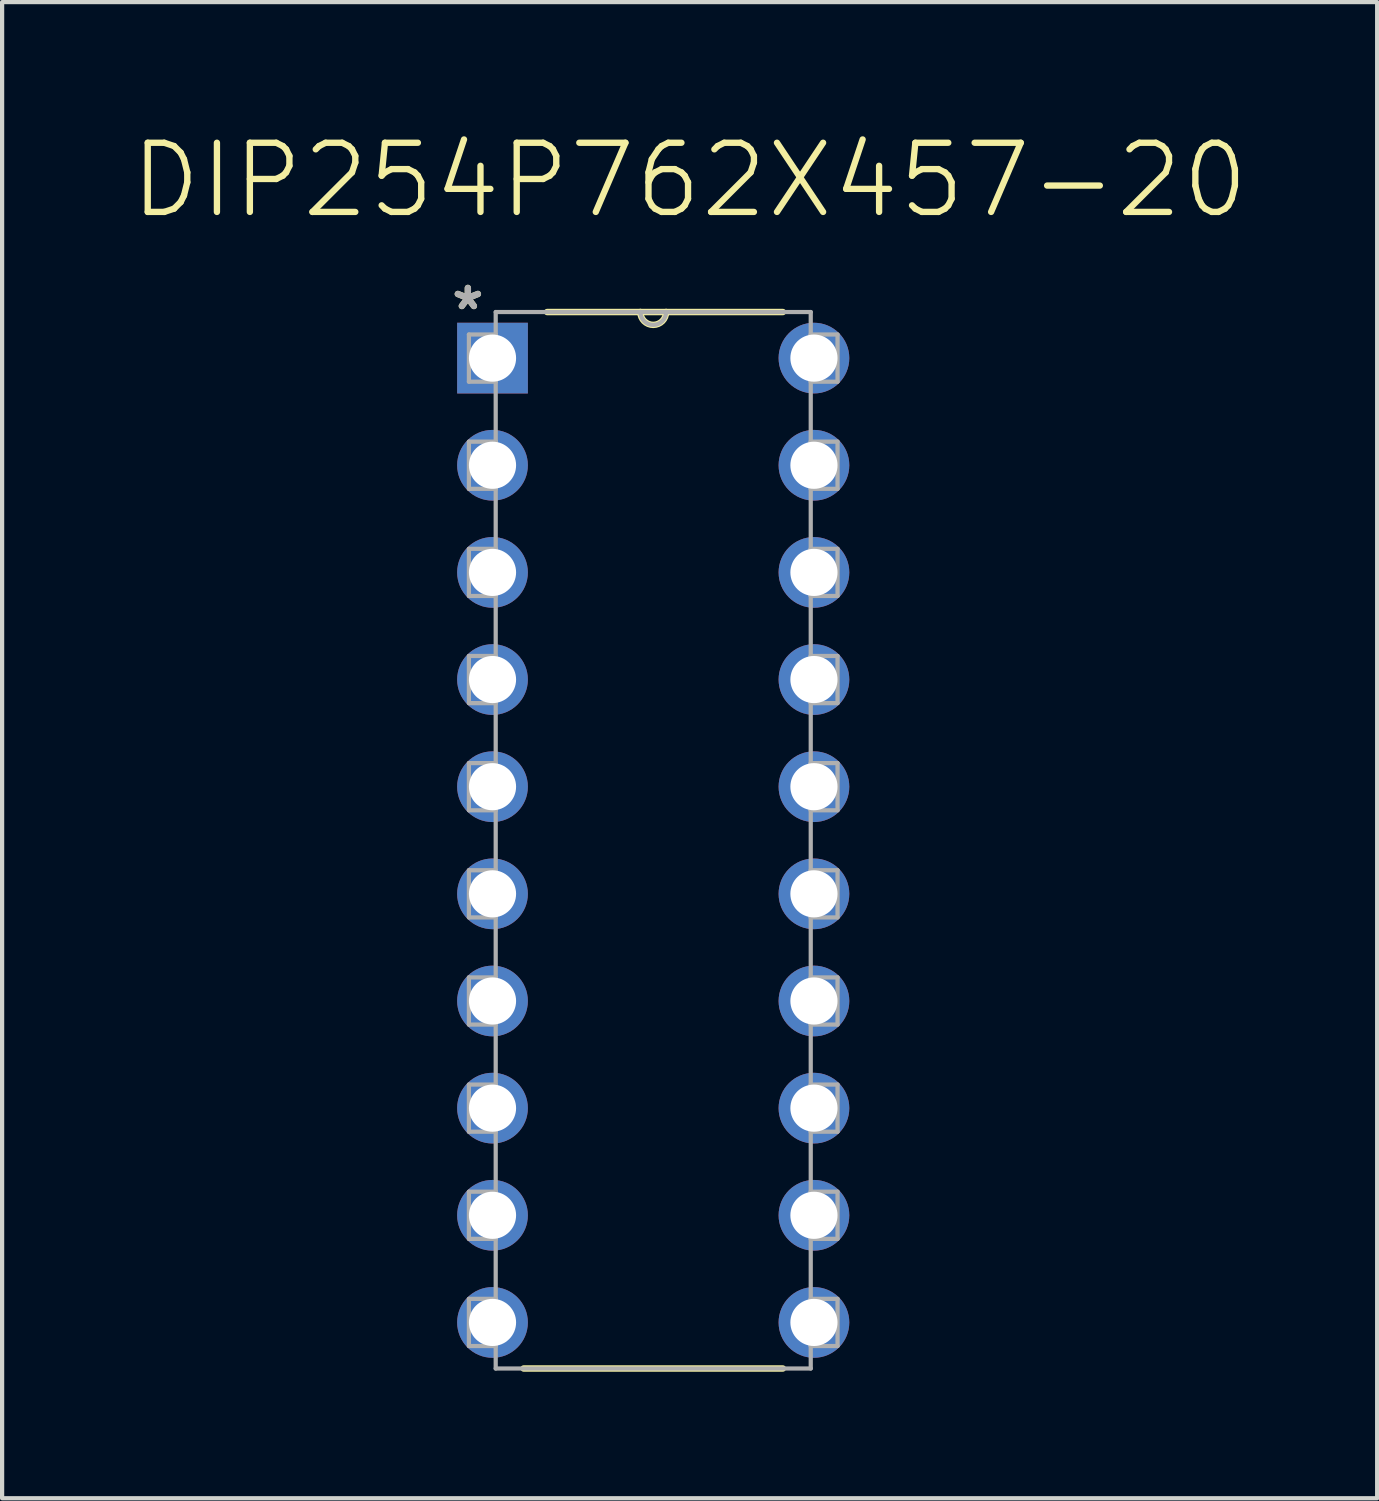
<source format=kicad_pcb>
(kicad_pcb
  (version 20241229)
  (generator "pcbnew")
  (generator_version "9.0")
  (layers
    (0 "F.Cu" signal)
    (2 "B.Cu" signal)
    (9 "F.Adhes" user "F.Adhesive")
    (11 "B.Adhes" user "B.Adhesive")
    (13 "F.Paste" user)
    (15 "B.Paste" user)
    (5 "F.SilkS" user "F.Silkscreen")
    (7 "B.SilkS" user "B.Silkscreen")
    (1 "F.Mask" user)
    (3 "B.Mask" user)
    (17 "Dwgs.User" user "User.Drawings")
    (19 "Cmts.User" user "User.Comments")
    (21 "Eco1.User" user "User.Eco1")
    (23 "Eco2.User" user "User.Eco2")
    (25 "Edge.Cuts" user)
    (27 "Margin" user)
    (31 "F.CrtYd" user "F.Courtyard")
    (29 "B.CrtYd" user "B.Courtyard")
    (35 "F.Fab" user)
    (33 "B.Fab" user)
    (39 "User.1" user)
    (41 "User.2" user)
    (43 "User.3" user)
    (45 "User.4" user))
  (footprint "DIP254P762X457-20"
    (layer "F.Cu")
    (at 16.245 28.299)
    (property "Reference" "DIP254P762X457-20" (at -2.946 -27.076 0) (layer "F.SilkS") (effects (font (size 1.64 1.64) (thickness 0.15))))
    (attr through_hole)
    (fp_line (start -6.883 1.092) (end -0.737 1.092) (stroke (width 0.152) (type solid)) (layer "F.SilkS"))
    (fp_line (start -4.115 -23.952) (end -6.325 -23.952) (stroke (width 0.152) (type solid)) (layer "F.SilkS"))
    (fp_line (start -3.505 -23.952) (end -4.115 -23.952) (stroke (width 0.152) (type solid)) (layer "F.SilkS"))
    (fp_line (start -0.737 -23.952) (end -3.505 -23.952) (stroke (width 0.152) (type solid)) (layer "F.SilkS"))
    (fp_arc (start -3.5052 -23.9522) (mid -3.81 -23.6474) (end -4.1148 -23.9522) (stroke (width 0.1524) (type solid)) (layer "F.SilkS"))
    (fp_line (start -8.179 -23.419) (end -8.179 -22.301) (stroke (width 0.1) (type solid)) (layer "F.Fab"))
    (fp_line (start -8.179 -22.301) (end -7.544 -22.301) (stroke (width 0.1) (type solid)) (layer "F.Fab"))
    (fp_line (start -8.179 -20.879) (end -8.179 -19.761) (stroke (width 0.1) (type solid)) (layer "F.Fab"))
    (fp_line (start -8.179 -19.761) (end -7.544 -19.761) (stroke (width 0.1) (type solid)) (layer "F.Fab"))
    (fp_line (start -8.179 -18.339) (end -8.179 -17.221) (stroke (width 0.1) (type solid)) (layer "F.Fab"))
    (fp_line (start -8.179 -17.221) (end -7.544 -17.221) (stroke (width 0.1) (type solid)) (layer "F.Fab"))
    (fp_line (start -8.179 -15.799) (end -8.179 -14.681) (stroke (width 0.1) (type solid)) (layer "F.Fab"))
    (fp_line (start -8.179 -14.681) (end -7.544 -14.681) (stroke (width 0.1) (type solid)) (layer "F.Fab"))
    (fp_line (start -8.179 -13.259) (end -8.179 -12.141) (stroke (width 0.1) (type solid)) (layer "F.Fab"))
    (fp_line (start -8.179 -12.141) (end -7.544 -12.141) (stroke (width 0.1) (type solid)) (layer "F.Fab"))
    (fp_line (start -8.179 -10.719) (end -8.179 -9.601) (stroke (width 0.1) (type solid)) (layer "F.Fab"))
    (fp_line (start -8.179 -9.601) (end -7.544 -9.601) (stroke (width 0.1) (type solid)) (layer "F.Fab"))
    (fp_line (start -8.179 -8.179) (end -8.179 -7.061) (stroke (width 0.1) (type solid)) (layer "F.Fab"))
    (fp_line (start -8.179 -7.061) (end -7.544 -7.061) (stroke (width 0.1) (type solid)) (layer "F.Fab"))
    (fp_line (start -8.179 -5.639) (end -8.179 -4.521) (stroke (width 0.1) (type solid)) (layer "F.Fab"))
    (fp_line (start -8.179 -4.521) (end -7.544 -4.521) (stroke (width 0.1) (type solid)) (layer "F.Fab"))
    (fp_line (start -8.179 -3.099) (end -8.179 -1.981) (stroke (width 0.1) (type solid)) (layer "F.Fab"))
    (fp_line (start -8.179 -1.981) (end -7.544 -1.981) (stroke (width 0.1) (type solid)) (layer "F.Fab"))
    (fp_line (start -8.179 -0.559) (end -8.179 0.559) (stroke (width 0.1) (type solid)) (layer "F.Fab"))
    (fp_line (start -8.179 0.559) (end -7.544 0.559) (stroke (width 0.1) (type solid)) (layer "F.Fab"))
    (fp_line (start -7.544 -23.952) (end -7.544 1.092) (stroke (width 0.1) (type solid)) (layer "F.Fab"))
    (fp_line (start -7.544 -23.419) (end -8.179 -23.419) (stroke (width 0.1) (type solid)) (layer "F.Fab"))
    (fp_line (start -7.544 -22.301) (end -7.544 -23.419) (stroke (width 0.1) (type solid)) (layer "F.Fab"))
    (fp_line (start -7.544 -20.879) (end -8.179 -20.879) (stroke (width 0.1) (type solid)) (layer "F.Fab"))
    (fp_line (start -7.544 -19.761) (end -7.544 -20.879) (stroke (width 0.1) (type solid)) (layer "F.Fab"))
    (fp_line (start -7.544 -18.339) (end -8.179 -18.339) (stroke (width 0.1) (type solid)) (layer "F.Fab"))
    (fp_line (start -7.544 -17.221) (end -7.544 -18.339) (stroke (width 0.1) (type solid)) (layer "F.Fab"))
    (fp_line (start -7.544 -15.799) (end -8.179 -15.799) (stroke (width 0.1) (type solid)) (layer "F.Fab"))
    (fp_line (start -7.544 -14.681) (end -7.544 -15.799) (stroke (width 0.1) (type solid)) (layer "F.Fab"))
    (fp_line (start -7.544 -13.259) (end -8.179 -13.259) (stroke (width 0.1) (type solid)) (layer "F.Fab"))
    (fp_line (start -7.544 -12.141) (end -7.544 -13.259) (stroke (width 0.1) (type solid)) (layer "F.Fab"))
    (fp_line (start -7.544 -10.719) (end -8.179 -10.719) (stroke (width 0.1) (type solid)) (layer "F.Fab"))
    (fp_line (start -7.544 -9.601) (end -7.544 -10.719) (stroke (width 0.1) (type solid)) (layer "F.Fab"))
    (fp_line (start -7.544 -8.179) (end -8.179 -8.179) (stroke (width 0.1) (type solid)) (layer "F.Fab"))
    (fp_line (start -7.544 -7.061) (end -7.544 -8.179) (stroke (width 0.1) (type solid)) (layer "F.Fab"))
    (fp_line (start -7.544 -5.639) (end -8.179 -5.639) (stroke (width 0.1) (type solid)) (layer "F.Fab"))
    (fp_line (start -7.544 -4.521) (end -7.544 -5.639) (stroke (width 0.1) (type solid)) (layer "F.Fab"))
    (fp_line (start -7.544 -3.099) (end -8.179 -3.099) (stroke (width 0.1) (type solid)) (layer "F.Fab"))
    (fp_line (start -7.544 -1.981) (end -7.544 -3.099) (stroke (width 0.1) (type solid)) (layer "F.Fab"))
    (fp_line (start -7.544 -0.559) (end -8.179 -0.559) (stroke (width 0.1) (type solid)) (layer "F.Fab"))
    (fp_line (start -7.544 0.559) (end -7.544 -0.559) (stroke (width 0.1) (type solid)) (layer "F.Fab"))
    (fp_line (start -7.544 1.092) (end -0.076 1.092) (stroke (width 0.1) (type solid)) (layer "F.Fab"))
    (fp_line (start -4.115 -23.952) (end -7.544 -23.952) (stroke (width 0.1) (type solid)) (layer "F.Fab"))
    (fp_line (start -3.505 -23.952) (end -4.115 -23.952) (stroke (width 0.1) (type solid)) (layer "F.Fab"))
    (fp_line (start -0.076 -23.952) (end -3.505 -23.952) (stroke (width 0.1) (type solid)) (layer "F.Fab"))
    (fp_line (start -0.076 -23.419) (end -0.076 -22.301) (stroke (width 0.1) (type solid)) (layer "F.Fab"))
    (fp_line (start -0.076 -22.301) (end 0.559 -22.301) (stroke (width 0.1) (type solid)) (layer "F.Fab"))
    (fp_line (start -0.076 -20.879) (end -0.076 -19.761) (stroke (width 0.1) (type solid)) (layer "F.Fab"))
    (fp_line (start -0.076 -19.761) (end 0.559 -19.761) (stroke (width 0.1) (type solid)) (layer "F.Fab"))
    (fp_line (start -0.076 -18.339) (end -0.076 -17.221) (stroke (width 0.1) (type solid)) (layer "F.Fab"))
    (fp_line (start -0.076 -17.221) (end 0.559 -17.221) (stroke (width 0.1) (type solid)) (layer "F.Fab"))
    (fp_line (start -0.076 -15.799) (end -0.076 -14.681) (stroke (width 0.1) (type solid)) (layer "F.Fab"))
    (fp_line (start -0.076 -14.681) (end 0.559 -14.681) (stroke (width 0.1) (type solid)) (layer "F.Fab"))
    (fp_line (start -0.076 -13.259) (end -0.076 -12.141) (stroke (width 0.1) (type solid)) (layer "F.Fab"))
    (fp_line (start -0.076 -12.141) (end 0.559 -12.141) (stroke (width 0.1) (type solid)) (layer "F.Fab"))
    (fp_line (start -0.076 -10.719) (end -0.076 -9.601) (stroke (width 0.1) (type solid)) (layer "F.Fab"))
    (fp_line (start -0.076 -9.601) (end 0.559 -9.601) (stroke (width 0.1) (type solid)) (layer "F.Fab"))
    (fp_line (start -0.076 -8.179) (end -0.076 -7.061) (stroke (width 0.1) (type solid)) (layer "F.Fab"))
    (fp_line (start -0.076 -7.061) (end 0.559 -7.061) (stroke (width 0.1) (type solid)) (layer "F.Fab"))
    (fp_line (start -0.076 -5.639) (end -0.076 -4.521) (stroke (width 0.1) (type solid)) (layer "F.Fab"))
    (fp_line (start -0.076 -4.521) (end 0.559 -4.521) (stroke (width 0.1) (type solid)) (layer "F.Fab"))
    (fp_line (start -0.076 -3.099) (end -0.076 -1.981) (stroke (width 0.1) (type solid)) (layer "F.Fab"))
    (fp_line (start -0.076 -1.981) (end 0.559 -1.981) (stroke (width 0.1) (type solid)) (layer "F.Fab"))
    (fp_line (start -0.076 -0.559) (end -0.076 0.559) (stroke (width 0.1) (type solid)) (layer "F.Fab"))
    (fp_line (start -0.076 0.559) (end 0.559 0.559) (stroke (width 0.1) (type solid)) (layer "F.Fab"))
    (fp_line (start -0.076 1.092) (end -0.076 -23.952) (stroke (width 0.1) (type solid)) (layer "F.Fab"))
    (fp_line (start 0.559 -23.419) (end -0.076 -23.419) (stroke (width 0.1) (type solid)) (layer "F.Fab"))
    (fp_line (start 0.559 -22.301) (end 0.559 -23.419) (stroke (width 0.1) (type solid)) (layer "F.Fab"))
    (fp_line (start 0.559 -20.879) (end -0.076 -20.879) (stroke (width 0.1) (type solid)) (layer "F.Fab"))
    (fp_line (start 0.559 -19.761) (end 0.559 -20.879) (stroke (width 0.1) (type solid)) (layer "F.Fab"))
    (fp_line (start 0.559 -18.339) (end -0.076 -18.339) (stroke (width 0.1) (type solid)) (layer "F.Fab"))
    (fp_line (start 0.559 -17.221) (end 0.559 -18.339) (stroke (width 0.1) (type solid)) (layer "F.Fab"))
    (fp_line (start 0.559 -15.799) (end -0.076 -15.799) (stroke (width 0.1) (type solid)) (layer "F.Fab"))
    (fp_line (start 0.559 -14.681) (end 0.559 -15.799) (stroke (width 0.1) (type solid)) (layer "F.Fab"))
    (fp_line (start 0.559 -13.259) (end -0.076 -13.259) (stroke (width 0.1) (type solid)) (layer "F.Fab"))
    (fp_line (start 0.559 -12.141) (end 0.559 -13.259) (stroke (width 0.1) (type solid)) (layer "F.Fab"))
    (fp_line (start 0.559 -10.719) (end -0.076 -10.719) (stroke (width 0.1) (type solid)) (layer "F.Fab"))
    (fp_line (start 0.559 -9.601) (end 0.559 -10.719) (stroke (width 0.1) (type solid)) (layer "F.Fab"))
    (fp_line (start 0.559 -8.179) (end -0.076 -8.179) (stroke (width 0.1) (type solid)) (layer "F.Fab"))
    (fp_line (start 0.559 -7.061) (end 0.559 -8.179) (stroke (width 0.1) (type solid)) (layer "F.Fab"))
    (fp_line (start 0.559 -5.639) (end -0.076 -5.639) (stroke (width 0.1) (type solid)) (layer "F.Fab"))
    (fp_line (start 0.559 -4.521) (end 0.559 -5.639) (stroke (width 0.1) (type solid)) (layer "F.Fab"))
    (fp_line (start 0.559 -3.099) (end -0.076 -3.099) (stroke (width 0.1) (type solid)) (layer "F.Fab"))
    (fp_line (start 0.559 -1.981) (end 0.559 -3.099) (stroke (width 0.1) (type solid)) (layer "F.Fab"))
    (fp_line (start 0.559 -0.559) (end -0.076 -0.559) (stroke (width 0.1) (type solid)) (layer "F.Fab"))
    (fp_line (start 0.559 0.559) (end 0.559 -0.559) (stroke (width 0.1) (type solid)) (layer "F.Fab"))
    (fp_arc (start -3.5052 -23.9522) (mid -3.81 -23.6474) (end -4.1148 -23.9522) (stroke (width 0.1) (type solid)) (layer "F.Fab"))
    (fp_text user "*" (at -8.204 -23.978 0) (layer "F.SilkS") (effects (font (size 1 1) (thickness 0.15))))
    (fp_text user "*" (at -8.204 -23.978 0) (layer "F.Fab") (effects (font (size 1 1) (thickness 0.15))))
    (pad "1" thru_hole rect (at -7.62 -22.86) (size 1.676 1.676) (drill 1.118) (layers "*.Cu" "*.Mask"))
    (pad "2" thru_hole circle (at -7.62 -20.32) (size 1.676 1.676) (drill 1.118) (layers "*.Cu" "*.Mask"))
    (pad "3" thru_hole circle (at -7.62 -17.78) (size 1.676 1.676) (drill 1.118) (layers "*.Cu" "*.Mask"))
    (pad "4" thru_hole circle (at -7.62 -15.24) (size 1.676 1.676) (drill 1.118) (layers "*.Cu" "*.Mask"))
    (pad "5" thru_hole circle (at -7.62 -12.7) (size 1.676 1.676) (drill 1.118) (layers "*.Cu" "*.Mask"))
    (pad "6" thru_hole circle (at -7.62 -10.16) (size 1.676 1.676) (drill 1.118) (layers "*.Cu" "*.Mask"))
    (pad "7" thru_hole circle (at -7.62 -7.62) (size 1.676 1.676) (drill 1.118) (layers "*.Cu" "*.Mask"))
    (pad "8" thru_hole circle (at -7.62 -5.08) (size 1.676 1.676) (drill 1.118) (layers "*.Cu" "*.Mask"))
    (pad "9" thru_hole circle (at -7.62 -2.54) (size 1.676 1.676) (drill 1.118) (layers "*.Cu" "*.Mask"))
    (pad "10" thru_hole circle (at -7.62 0) (size 1.676 1.676) (drill 1.118) (layers "*.Cu" "*.Mask"))
    (pad "11" thru_hole circle (at 0 0) (size 1.676 1.676) (drill 1.118) (layers "*.Cu" "*.Mask"))
    (pad "12" thru_hole circle (at 0 -2.54) (size 1.676 1.676) (drill 1.118) (layers "*.Cu" "*.Mask"))
    (pad "13" thru_hole circle (at 0 -5.08) (size 1.676 1.676) (drill 1.118) (layers "*.Cu" "*.Mask"))
    (pad "14" thru_hole circle (at 0 -7.62) (size 1.676 1.676) (drill 1.118) (layers "*.Cu" "*.Mask"))
    (pad "15" thru_hole circle (at 0 -10.16) (size 1.676 1.676) (drill 1.118) (layers "*.Cu" "*.Mask"))
    (pad "16" thru_hole circle (at 0 -12.7) (size 1.676 1.676) (drill 1.118) (layers "*.Cu" "*.Mask"))
    (pad "17" thru_hole circle (at 0 -15.24) (size 1.676 1.676) (drill 1.118) (layers "*.Cu" "*.Mask"))
    (pad "18" thru_hole circle (at 0 -17.78) (size 1.676 1.676) (drill 1.118) (layers "*.Cu" "*.Mask"))
    (pad "19" thru_hole circle (at 0 -20.32) (size 1.676 1.676) (drill 1.118) (layers "*.Cu" "*.Mask"))
    (pad "20" thru_hole circle (at 0 -22.86) (size 1.676 1.676) (drill 1.118) (layers "*.Cu" "*.Mask")))
  (gr_rect
    (start -3 -3)
    (end 29.596 32.467)
    (stroke (width 0.1) (type default))
    (fill no)
    (layer "Edge.Cuts")))
</source>
